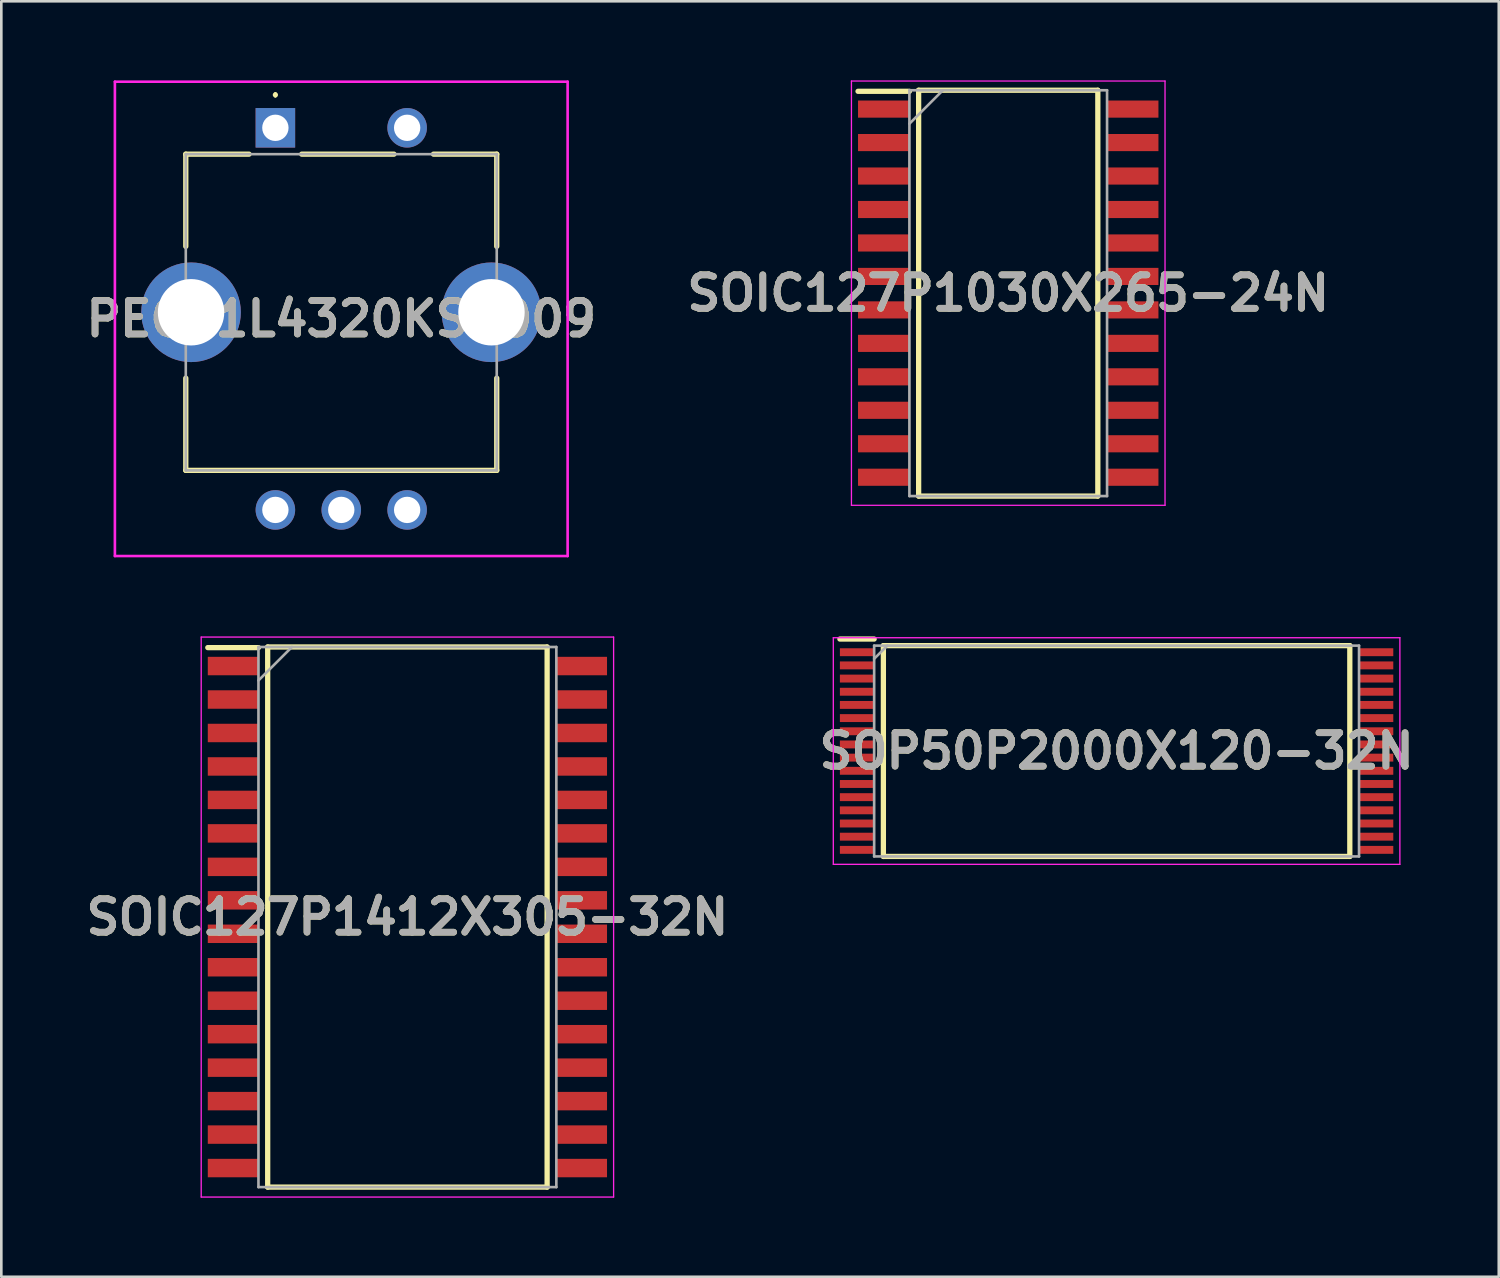
<source format=kicad_pcb>
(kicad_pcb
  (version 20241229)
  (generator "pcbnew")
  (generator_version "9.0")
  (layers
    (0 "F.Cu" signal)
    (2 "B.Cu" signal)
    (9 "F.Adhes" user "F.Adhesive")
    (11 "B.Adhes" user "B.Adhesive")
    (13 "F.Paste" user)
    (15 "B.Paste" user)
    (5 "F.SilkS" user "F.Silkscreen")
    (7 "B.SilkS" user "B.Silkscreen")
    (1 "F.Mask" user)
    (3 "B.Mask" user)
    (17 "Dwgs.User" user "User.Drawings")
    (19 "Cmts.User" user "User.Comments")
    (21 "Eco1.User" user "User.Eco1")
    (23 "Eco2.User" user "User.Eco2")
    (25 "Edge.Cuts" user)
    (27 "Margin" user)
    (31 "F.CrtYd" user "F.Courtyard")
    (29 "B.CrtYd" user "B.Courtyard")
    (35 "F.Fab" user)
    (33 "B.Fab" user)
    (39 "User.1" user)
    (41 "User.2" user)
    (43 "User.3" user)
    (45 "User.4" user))
  (footprint "SOIC127P1030X265-24N"
    (layer "F.Cu")
    (at 35.21 8.075)
    (property "Reference" "SOIC127P1030X265-24N" (at 0 0 0) (layer "F.SilkS") (effects (font (size 1.27 1.27) (thickness 0.254))))
    (attr smd)
    (fp_line (start -5.7 -7.66) (end -3.75 -7.66) (stroke (width 0.2) (type solid)) (layer "F.SilkS"))
    (fp_line (start -3.4 -7.7) (end 3.4 -7.7) (stroke (width 0.2) (type solid)) (layer "F.SilkS"))
    (fp_line (start -3.4 7.7) (end -3.4 -7.7) (stroke (width 0.2) (type solid)) (layer "F.SilkS"))
    (fp_line (start 3.4 -7.7) (end 3.4 7.7) (stroke (width 0.2) (type solid)) (layer "F.SilkS"))
    (fp_line (start 3.4 7.7) (end -3.4 7.7) (stroke (width 0.2) (type solid)) (layer "F.SilkS"))
    (fp_line (start -5.95 -8.05) (end 5.95 -8.05) (stroke (width 0.05) (type solid)) (layer "F.CrtYd"))
    (fp_line (start -5.95 8.05) (end -5.95 -8.05) (stroke (width 0.05) (type solid)) (layer "F.CrtYd"))
    (fp_line (start 5.95 -8.05) (end 5.95 8.05) (stroke (width 0.05) (type solid)) (layer "F.CrtYd"))
    (fp_line (start 5.95 8.05) (end -5.95 8.05) (stroke (width 0.05) (type solid)) (layer "F.CrtYd"))
    (fp_line (start -3.75 -7.7) (end 3.75 -7.7) (stroke (width 0.1) (type solid)) (layer "F.Fab"))
    (fp_line (start -3.75 -6.43) (end -2.48 -7.7) (stroke (width 0.1) (type solid)) (layer "F.Fab"))
    (fp_line (start -3.75 7.7) (end -3.75 -7.7) (stroke (width 0.1) (type solid)) (layer "F.Fab"))
    (fp_line (start 3.75 -7.7) (end 3.75 7.7) (stroke (width 0.1) (type solid)) (layer "F.Fab"))
    (fp_line (start 3.75 7.7) (end -3.75 7.7) (stroke (width 0.1) (type solid)) (layer "F.Fab"))
    (fp_text user "${REFERENCE}" (at 0 0 0) (layer "F.Fab") (effects (font (size 1.27 1.27) (thickness 0.254))))
    (pad "1" smd rect (at -4.725 -6.985 90) (size 0.65 1.95) (layers "F.Cu" "F.Mask" "F.Paste"))
    (pad "2" smd rect (at -4.725 -5.715 90) (size 0.65 1.95) (layers "F.Cu" "F.Mask" "F.Paste"))
    (pad "3" smd rect (at -4.725 -4.445 90) (size 0.65 1.95) (layers "F.Cu" "F.Mask" "F.Paste"))
    (pad "4" smd rect (at -4.725 -3.175 90) (size 0.65 1.95) (layers "F.Cu" "F.Mask" "F.Paste"))
    (pad "5" smd rect (at -4.725 -1.905 90) (size 0.65 1.95) (layers "F.Cu" "F.Mask" "F.Paste"))
    (pad "6" smd rect (at -4.725 -0.635 90) (size 0.65 1.95) (layers "F.Cu" "F.Mask" "F.Paste"))
    (pad "7" smd rect (at -4.725 0.635 90) (size 0.65 1.95) (layers "F.Cu" "F.Mask" "F.Paste"))
    (pad "8" smd rect (at -4.725 1.905 90) (size 0.65 1.95) (layers "F.Cu" "F.Mask" "F.Paste"))
    (pad "9" smd rect (at -4.725 3.175 90) (size 0.65 1.95) (layers "F.Cu" "F.Mask" "F.Paste"))
    (pad "10" smd rect (at -4.725 4.445 90) (size 0.65 1.95) (layers "F.Cu" "F.Mask" "F.Paste"))
    (pad "11" smd rect (at -4.725 5.715 90) (size 0.65 1.95) (layers "F.Cu" "F.Mask" "F.Paste"))
    (pad "12" smd rect (at -4.725 6.985 90) (size 0.65 1.95) (layers "F.Cu" "F.Mask" "F.Paste"))
    (pad "13" smd rect (at 4.725 6.985 90) (size 0.65 1.95) (layers "F.Cu" "F.Mask" "F.Paste"))
    (pad "14" smd rect (at 4.725 5.715 90) (size 0.65 1.95) (layers "F.Cu" "F.Mask" "F.Paste"))
    (pad "15" smd rect (at 4.725 4.445 90) (size 0.65 1.95) (layers "F.Cu" "F.Mask" "F.Paste"))
    (pad "16" smd rect (at 4.725 3.175 90) (size 0.65 1.95) (layers "F.Cu" "F.Mask" "F.Paste"))
    (pad "17" smd rect (at 4.725 1.905 90) (size 0.65 1.95) (layers "F.Cu" "F.Mask" "F.Paste"))
    (pad "18" smd rect (at 4.725 0.635 90) (size 0.65 1.95) (layers "F.Cu" "F.Mask" "F.Paste"))
    (pad "19" smd rect (at 4.725 -0.635 90) (size 0.65 1.95) (layers "F.Cu" "F.Mask" "F.Paste"))
    (pad "20" smd rect (at 4.725 -1.905 90) (size 0.65 1.95) (layers "F.Cu" "F.Mask" "F.Paste"))
    (pad "21" smd rect (at 4.725 -3.175 90) (size 0.65 1.95) (layers "F.Cu" "F.Mask" "F.Paste"))
    (pad "22" smd rect (at 4.725 -4.445 90) (size 0.65 1.95) (layers "F.Cu" "F.Mask" "F.Paste"))
    (pad "23" smd rect (at 4.725 -5.715 90) (size 0.65 1.95) (layers "F.Cu" "F.Mask" "F.Paste"))
    (pad "24" smd rect (at 4.725 -6.985 90) (size 0.65 1.95) (layers "F.Cu" "F.Mask" "F.Paste")))
  (footprint "SOIC127P1412X305-32N"
    (layer "F.Cu")
    (at 12.41 31.75)
    (property "Reference" "SOIC127P1412X305-32N" (at 0 0 0) (layer "F.SilkS") (effects (font (size 1.27 1.27) (thickness 0.254))))
    (attr smd)
    (fp_line (start -7.575 -10.225) (end -5.652 -10.225) (stroke (width 0.2) (type solid)) (layer "F.SilkS"))
    (fp_line (start -5.302 -10.248) (end 5.302 -10.248) (stroke (width 0.2) (type solid)) (layer "F.SilkS"))
    (fp_line (start -5.302 10.248) (end -5.302 -10.248) (stroke (width 0.2) (type solid)) (layer "F.SilkS"))
    (fp_line (start 5.302 -10.248) (end 5.302 10.248) (stroke (width 0.2) (type solid)) (layer "F.SilkS"))
    (fp_line (start 5.302 10.248) (end -5.302 10.248) (stroke (width 0.2) (type solid)) (layer "F.SilkS"))
    (fp_line (start -7.825 -10.625) (end 7.825 -10.625) (stroke (width 0.05) (type solid)) (layer "F.CrtYd"))
    (fp_line (start -7.825 10.625) (end -7.825 -10.625) (stroke (width 0.05) (type solid)) (layer "F.CrtYd"))
    (fp_line (start 7.825 -10.625) (end 7.825 10.625) (stroke (width 0.05) (type solid)) (layer "F.CrtYd"))
    (fp_line (start 7.825 10.625) (end -7.825 10.625) (stroke (width 0.05) (type solid)) (layer "F.CrtYd"))
    (fp_line (start -5.652 -10.248) (end 5.652 -10.248) (stroke (width 0.1) (type solid)) (layer "F.Fab"))
    (fp_line (start -5.652 -8.978) (end -4.382 -10.248) (stroke (width 0.1) (type solid)) (layer "F.Fab"))
    (fp_line (start -5.652 10.248) (end -5.652 -10.248) (stroke (width 0.1) (type solid)) (layer "F.Fab"))
    (fp_line (start 5.652 -10.248) (end 5.652 10.248) (stroke (width 0.1) (type solid)) (layer "F.Fab"))
    (fp_line (start 5.652 10.248) (end -5.652 10.248) (stroke (width 0.1) (type solid)) (layer "F.Fab"))
    (fp_text user "${REFERENCE}" (at 0 0 0) (layer "F.Fab") (effects (font (size 1.27 1.27) (thickness 0.254))))
    (pad "1" smd rect (at -6.614 -9.525 90) (size 0.7 1.922) (layers "F.Cu" "F.Mask" "F.Paste"))
    (pad "2" smd rect (at -6.614 -8.255 90) (size 0.7 1.922) (layers "F.Cu" "F.Mask" "F.Paste"))
    (pad "3" smd rect (at -6.614 -6.985 90) (size 0.7 1.922) (layers "F.Cu" "F.Mask" "F.Paste"))
    (pad "4" smd rect (at -6.614 -5.715 90) (size 0.7 1.922) (layers "F.Cu" "F.Mask" "F.Paste"))
    (pad "5" smd rect (at -6.614 -4.445 90) (size 0.7 1.922) (layers "F.Cu" "F.Mask" "F.Paste"))
    (pad "6" smd rect (at -6.614 -3.175 90) (size 0.7 1.922) (layers "F.Cu" "F.Mask" "F.Paste"))
    (pad "7" smd rect (at -6.614 -1.905 90) (size 0.7 1.922) (layers "F.Cu" "F.Mask" "F.Paste"))
    (pad "8" smd rect (at -6.614 -0.635 90) (size 0.7 1.922) (layers "F.Cu" "F.Mask" "F.Paste"))
    (pad "9" smd rect (at -6.614 0.635 90) (size 0.7 1.922) (layers "F.Cu" "F.Mask" "F.Paste"))
    (pad "10" smd rect (at -6.614 1.905 90) (size 0.7 1.922) (layers "F.Cu" "F.Mask" "F.Paste"))
    (pad "11" smd rect (at -6.614 3.175 90) (size 0.7 1.922) (layers "F.Cu" "F.Mask" "F.Paste"))
    (pad "12" smd rect (at -6.614 4.445 90) (size 0.7 1.922) (layers "F.Cu" "F.Mask" "F.Paste"))
    (pad "13" smd rect (at -6.614 5.715 90) (size 0.7 1.922) (layers "F.Cu" "F.Mask" "F.Paste"))
    (pad "14" smd rect (at -6.614 6.985 90) (size 0.7 1.922) (layers "F.Cu" "F.Mask" "F.Paste"))
    (pad "15" smd rect (at -6.614 8.255 90) (size 0.7 1.922) (layers "F.Cu" "F.Mask" "F.Paste"))
    (pad "16" smd rect (at -6.614 9.525 90) (size 0.7 1.922) (layers "F.Cu" "F.Mask" "F.Paste"))
    (pad "17" smd rect (at 6.614 9.525 90) (size 0.7 1.922) (layers "F.Cu" "F.Mask" "F.Paste"))
    (pad "18" smd rect (at 6.614 8.255 90) (size 0.7 1.922) (layers "F.Cu" "F.Mask" "F.Paste"))
    (pad "19" smd rect (at 6.614 6.985 90) (size 0.7 1.922) (layers "F.Cu" "F.Mask" "F.Paste"))
    (pad "20" smd rect (at 6.614 5.715 90) (size 0.7 1.922) (layers "F.Cu" "F.Mask" "F.Paste"))
    (pad "21" smd rect (at 6.614 4.445 90) (size 0.7 1.922) (layers "F.Cu" "F.Mask" "F.Paste"))
    (pad "22" smd rect (at 6.614 3.175 90) (size 0.7 1.922) (layers "F.Cu" "F.Mask" "F.Paste"))
    (pad "23" smd rect (at 6.614 1.905 90) (size 0.7 1.922) (layers "F.Cu" "F.Mask" "F.Paste"))
    (pad "24" smd rect (at 6.614 0.635 90) (size 0.7 1.922) (layers "F.Cu" "F.Mask" "F.Paste"))
    (pad "25" smd rect (at 6.614 -0.635 90) (size 0.7 1.922) (layers "F.Cu" "F.Mask" "F.Paste"))
    (pad "26" smd rect (at 6.614 -1.905 90) (size 0.7 1.922) (layers "F.Cu" "F.Mask" "F.Paste"))
    (pad "27" smd rect (at 6.614 -3.175 90) (size 0.7 1.922) (layers "F.Cu" "F.Mask" "F.Paste"))
    (pad "28" smd rect (at 6.614 -4.445 90) (size 0.7 1.922) (layers "F.Cu" "F.Mask" "F.Paste"))
    (pad "29" smd rect (at 6.614 -5.715 90) (size 0.7 1.922) (layers "F.Cu" "F.Mask" "F.Paste"))
    (pad "30" smd rect (at 6.614 -6.985 90) (size 0.7 1.922) (layers "F.Cu" "F.Mask" "F.Paste"))
    (pad "31" smd rect (at 6.614 -8.255 90) (size 0.7 1.922) (layers "F.Cu" "F.Mask" "F.Paste"))
    (pad "32" smd rect (at 6.614 -9.525 90) (size 0.7 1.922) (layers "F.Cu" "F.Mask" "F.Paste")))
  (footprint "SOP50P2000X120-32N"
    (layer "F.Cu")
    (at 39.322 25.45)
    (property "Reference" "SOP50P2000X120-32N" (at 0 0 0) (layer "F.SilkS") (effects (font (size 1.27 1.27) (thickness 0.254))))
    (attr smd)
    (fp_line (start -10.5 -4.25) (end -9.2 -4.25) (stroke (width 0.2) (type solid)) (layer "F.SilkS"))
    (fp_line (start -8.85 -4) (end 8.85 -4) (stroke (width 0.2) (type solid)) (layer "F.SilkS"))
    (fp_line (start -8.85 4) (end -8.85 -4) (stroke (width 0.2) (type solid)) (layer "F.SilkS"))
    (fp_line (start 8.85 -4) (end 8.85 4) (stroke (width 0.2) (type solid)) (layer "F.SilkS"))
    (fp_line (start 8.85 4) (end -8.85 4) (stroke (width 0.2) (type solid)) (layer "F.SilkS"))
    (fp_line (start -10.75 -4.3) (end 10.75 -4.3) (stroke (width 0.05) (type solid)) (layer "F.CrtYd"))
    (fp_line (start -10.75 4.3) (end -10.75 -4.3) (stroke (width 0.05) (type solid)) (layer "F.CrtYd"))
    (fp_line (start 10.75 -4.3) (end 10.75 4.3) (stroke (width 0.05) (type solid)) (layer "F.CrtYd"))
    (fp_line (start 10.75 4.3) (end -10.75 4.3) (stroke (width 0.05) (type solid)) (layer "F.CrtYd"))
    (fp_line (start -9.2 -4) (end 9.2 -4) (stroke (width 0.1) (type solid)) (layer "F.Fab"))
    (fp_line (start -9.2 -3.5) (end -8.7 -4) (stroke (width 0.1) (type solid)) (layer "F.Fab"))
    (fp_line (start -9.2 4) (end -9.2 -4) (stroke (width 0.1) (type solid)) (layer "F.Fab"))
    (fp_line (start 9.2 -4) (end 9.2 4) (stroke (width 0.1) (type solid)) (layer "F.Fab"))
    (fp_line (start 9.2 4) (end -9.2 4) (stroke (width 0.1) (type solid)) (layer "F.Fab"))
    (fp_text user "${REFERENCE}" (at 0 0 0) (layer "F.Fab") (effects (font (size 1.27 1.27) (thickness 0.254))))
    (pad "1" smd rect (at -9.85 -3.75 90) (size 0.3 1.3) (layers "F.Cu" "F.Mask" "F.Paste"))
    (pad "2" smd rect (at -9.85 -3.25 90) (size 0.3 1.3) (layers "F.Cu" "F.Mask" "F.Paste"))
    (pad "3" smd rect (at -9.85 -2.75 90) (size 0.3 1.3) (layers "F.Cu" "F.Mask" "F.Paste"))
    (pad "4" smd rect (at -9.85 -2.25 90) (size 0.3 1.3) (layers "F.Cu" "F.Mask" "F.Paste"))
    (pad "5" smd rect (at -9.85 -1.75 90) (size 0.3 1.3) (layers "F.Cu" "F.Mask" "F.Paste"))
    (pad "6" smd rect (at -9.85 -1.25 90) (size 0.3 1.3) (layers "F.Cu" "F.Mask" "F.Paste"))
    (pad "7" smd rect (at -9.85 -0.75 90) (size 0.3 1.3) (layers "F.Cu" "F.Mask" "F.Paste"))
    (pad "8" smd rect (at -9.85 -0.25 90) (size 0.3 1.3) (layers "F.Cu" "F.Mask" "F.Paste"))
    (pad "9" smd rect (at -9.85 0.25 90) (size 0.3 1.3) (layers "F.Cu" "F.Mask" "F.Paste"))
    (pad "10" smd rect (at -9.85 0.75 90) (size 0.3 1.3) (layers "F.Cu" "F.Mask" "F.Paste"))
    (pad "11" smd rect (at -9.85 1.25 90) (size 0.3 1.3) (layers "F.Cu" "F.Mask" "F.Paste"))
    (pad "12" smd rect (at -9.85 1.75 90) (size 0.3 1.3) (layers "F.Cu" "F.Mask" "F.Paste"))
    (pad "13" smd rect (at -9.85 2.25 90) (size 0.3 1.3) (layers "F.Cu" "F.Mask" "F.Paste"))
    (pad "14" smd rect (at -9.85 2.75 90) (size 0.3 1.3) (layers "F.Cu" "F.Mask" "F.Paste"))
    (pad "15" smd rect (at -9.85 3.25 90) (size 0.3 1.3) (layers "F.Cu" "F.Mask" "F.Paste"))
    (pad "16" smd rect (at -9.85 3.75 90) (size 0.3 1.3) (layers "F.Cu" "F.Mask" "F.Paste"))
    (pad "17" smd rect (at 9.85 3.75 90) (size 0.3 1.3) (layers "F.Cu" "F.Mask" "F.Paste"))
    (pad "18" smd rect (at 9.85 3.25 90) (size 0.3 1.3) (layers "F.Cu" "F.Mask" "F.Paste"))
    (pad "19" smd rect (at 9.85 2.75 90) (size 0.3 1.3) (layers "F.Cu" "F.Mask" "F.Paste"))
    (pad "20" smd rect (at 9.85 2.25 90) (size 0.3 1.3) (layers "F.Cu" "F.Mask" "F.Paste"))
    (pad "21" smd rect (at 9.85 1.75 90) (size 0.3 1.3) (layers "F.Cu" "F.Mask" "F.Paste"))
    (pad "22" smd rect (at 9.85 1.25 90) (size 0.3 1.3) (layers "F.Cu" "F.Mask" "F.Paste"))
    (pad "23" smd rect (at 9.85 0.75 90) (size 0.3 1.3) (layers "F.Cu" "F.Mask" "F.Paste"))
    (pad "24" smd rect (at 9.85 0.25 90) (size 0.3 1.3) (layers "F.Cu" "F.Mask" "F.Paste"))
    (pad "25" smd rect (at 9.85 -0.25 90) (size 0.3 1.3) (layers "F.Cu" "F.Mask" "F.Paste"))
    (pad "26" smd rect (at 9.85 -0.75 90) (size 0.3 1.3) (layers "F.Cu" "F.Mask" "F.Paste"))
    (pad "27" smd rect (at 9.85 -1.25 90) (size 0.3 1.3) (layers "F.Cu" "F.Mask" "F.Paste"))
    (pad "28" smd rect (at 9.85 -1.75 90) (size 0.3 1.3) (layers "F.Cu" "F.Mask" "F.Paste"))
    (pad "29" smd rect (at 9.85 -2.25 90) (size 0.3 1.3) (layers "F.Cu" "F.Mask" "F.Paste"))
    (pad "30" smd rect (at 9.85 -2.75 90) (size 0.3 1.3) (layers "F.Cu" "F.Mask" "F.Paste"))
    (pad "31" smd rect (at 9.85 -3.25 90) (size 0.3 1.3) (layers "F.Cu" "F.Mask" "F.Paste"))
    (pad "32" smd rect (at 9.85 -3.75 90) (size 0.3 1.3) (layers "F.Cu" "F.Mask" "F.Paste")))
  (footprint "PEC11L4320KS0009"
    (layer "F.Cu")
    (at 7.4 1.8)
    (property "Reference" "PEC11L4320KS0009" (at 2.5 7.25 0) (layer "F.SilkS") (effects (font (size 1.27 1.27) (thickness 0.254))))
    (attr through_hole)
    (fp_line (start -3.4 1) (end -1 1) (stroke (width 0.2) (type solid)) (layer "F.SilkS"))
    (fp_line (start -3.4 4.5) (end -3.4 1) (stroke (width 0.2) (type solid)) (layer "F.SilkS"))
    (fp_line (start -3.4 9.5) (end -3.4 13) (stroke (width 0.2) (type solid)) (layer "F.SilkS"))
    (fp_line (start -3.4 13) (end 8.4 13) (stroke (width 0.2) (type solid)) (layer "F.SilkS"))
    (fp_line (start 0 -1.3) (end 0 -1.3) (stroke (width 0.1) (type solid)) (layer "F.SilkS"))
    (fp_line (start 0 -1.2) (end 0 -1.2) (stroke (width 0.1) (type solid)) (layer "F.SilkS"))
    (fp_line (start 1 1) (end 4.5 1) (stroke (width 0.2) (type solid)) (layer "F.SilkS"))
    (fp_line (start 6 1) (end 8.4 1) (stroke (width 0.2) (type solid)) (layer "F.SilkS"))
    (fp_line (start 8.4 1) (end 8.4 4.5) (stroke (width 0.2) (type solid)) (layer "F.SilkS"))
    (fp_line (start 8.4 13) (end 8.4 9.5) (stroke (width 0.2) (type solid)) (layer "F.SilkS"))
    (fp_arc (start 0 -1.3) (mid 0.05 -1.25) (end 0 -1.2) (stroke (width 0.1) (type solid)) (layer "F.SilkS"))
    (fp_arc (start 0 -1.2) (mid -0.05 -1.25) (end 0 -1.3) (stroke (width 0.1) (type solid)) (layer "F.SilkS"))
    (fp_line (start -6.09 -1.75) (end 11.09 -1.75) (stroke (width 0.1) (type solid)) (layer "F.CrtYd"))
    (fp_line (start -6.09 16.25) (end -6.09 -1.75) (stroke (width 0.1) (type solid)) (layer "F.CrtYd"))
    (fp_line (start 11.09 -1.75) (end 11.09 16.25) (stroke (width 0.1) (type solid)) (layer "F.CrtYd"))
    (fp_line (start 11.09 16.25) (end -6.09 16.25) (stroke (width 0.1) (type solid)) (layer "F.CrtYd"))
    (fp_line (start -3.4 1) (end 8.4 1) (stroke (width 0.1) (type solid)) (layer "F.Fab"))
    (fp_line (start -3.4 13) (end -3.4 1) (stroke (width 0.1) (type solid)) (layer "F.Fab"))
    (fp_line (start 8.4 1) (end 8.4 13) (stroke (width 0.1) (type solid)) (layer "F.Fab"))
    (fp_line (start 8.4 13) (end -3.4 13) (stroke (width 0.1) (type solid)) (layer "F.Fab"))
    (fp_text user "${REFERENCE}" (at 2.5 7.25 0) (layer "F.Fab") (effects (font (size 1.27 1.27) (thickness 0.254))))
    (pad "1" thru_hole rect (at 0 0) (size 1.5 1.5) (drill 1) (layers "*.Cu" "*.Mask"))
    (pad "2" thru_hole circle (at 5 0) (size 1.5 1.5) (drill 1) (layers "*.Cu" "*.Mask"))
    (pad "A1" thru_hole circle (at 0 14.5) (size 1.5 1.5) (drill 1) (layers "*.Cu" "*.Mask"))
    (pad "B1" thru_hole circle (at 5 14.5) (size 1.5 1.5) (drill 1) (layers "*.Cu" "*.Mask"))
    (pad "C1" thru_hole circle (at 2.5 14.5) (size 1.5 1.5) (drill 1) (layers "*.Cu" "*.Mask"))
    (pad "MH1" thru_hole circle (at -3.2 7) (size 3.78 3.78) (drill 2.52) (layers "*.Cu" "*.Mask"))
    (pad "MH2" thru_hole circle (at 8.2 7) (size 3.78 3.78) (drill 2.52) (layers "*.Cu" "*.Mask")))
  (gr_rect
    (start -3 -3)
    (end 53.825 45.4)
    (stroke (width 0.1) (type default))
    (fill no)
    (layer "Edge.Cuts")))
</source>
